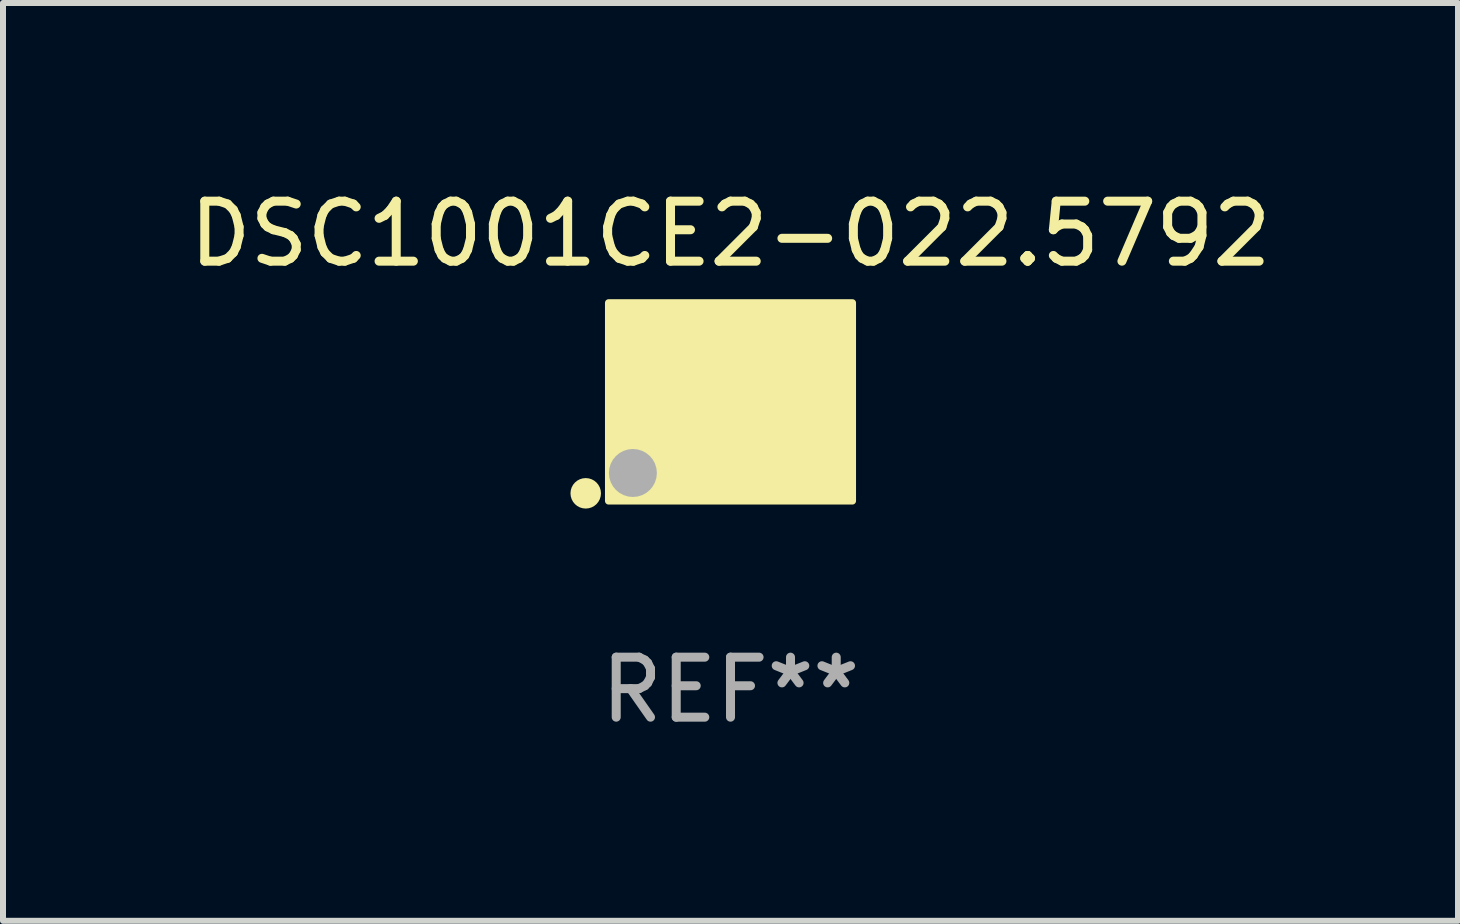
<source format=kicad_pcb>
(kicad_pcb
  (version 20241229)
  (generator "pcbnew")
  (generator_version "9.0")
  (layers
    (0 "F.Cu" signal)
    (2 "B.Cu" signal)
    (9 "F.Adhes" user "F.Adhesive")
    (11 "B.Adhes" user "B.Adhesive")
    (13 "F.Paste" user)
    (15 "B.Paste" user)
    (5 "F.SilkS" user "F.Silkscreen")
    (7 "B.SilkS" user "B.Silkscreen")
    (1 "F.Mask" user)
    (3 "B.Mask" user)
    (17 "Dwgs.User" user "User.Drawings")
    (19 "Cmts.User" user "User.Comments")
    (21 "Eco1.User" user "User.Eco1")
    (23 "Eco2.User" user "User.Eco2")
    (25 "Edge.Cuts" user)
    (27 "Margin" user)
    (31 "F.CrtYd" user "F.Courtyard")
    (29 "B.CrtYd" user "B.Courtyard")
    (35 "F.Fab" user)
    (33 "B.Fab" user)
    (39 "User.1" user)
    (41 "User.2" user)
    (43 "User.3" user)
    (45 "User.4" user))
  (footprint "DSC1001CE2-022.5792"
    (layer "F.Cu")
    (at 9.125 3.648)
    (property "Reference" "DSC1001CE2-022.5792" (at 0 -2.8 0) (layer "F.SilkS") (effects (font (size 1 1) (thickness 0.15))))
    (attr through_hole)
    (fp_circle (center -2.413 1.524) (end -2.286 1.524) (stroke (width 0.254) (type solid)) (fill no) (layer "F.SilkS"))
    (fp_circle (center -1.6 1.25) (end -1.57 1.25) (stroke (width 0.06) (type solid)) (fill no) (layer "F.SilkS"))
    (fp_poly (pts (xy -2.032 -1.651) (xy 2.032 -1.651) (xy 2.032 1.651) (xy -2.032 1.651)) (stroke (width 0.12) (type solid)) (fill yes) (layer "F.SilkS"))
    (fp_circle (center -1.627 1.185) (end -1.427 1.185) (stroke (width 0.4) (type solid)) (fill no) (layer "F.Fab"))
    (fp_text user "REF**" (at 0 4.8 0) (layer "F.Fab") (effects (font (size 1 1) (thickness 0.15))))
    (pad "1" smd rect (at -1.05 0.8) (size 1.4 1.2) (layers "F.Cu" "F.Mask" "F.Paste"))
    (pad "2" smd rect (at 1.05 0.8) (size 1.4 1.2) (layers "F.Cu" "F.Mask" "F.Paste"))
    (pad "3" smd rect (at 1.05 -0.8) (size 1.4 1.2) (layers "F.Cu" "F.Mask" "F.Paste"))
    (pad "4" smd rect (at -1.05 -0.8) (size 1.4 1.2) (layers "F.Cu" "F.Mask" "F.Paste")))
  (gr_rect
    (start -3 -3)
    (end 21.25 12.297)
    (stroke (width 0.1) (type default))
    (fill no)
    (layer "Edge.Cuts")))
</source>
